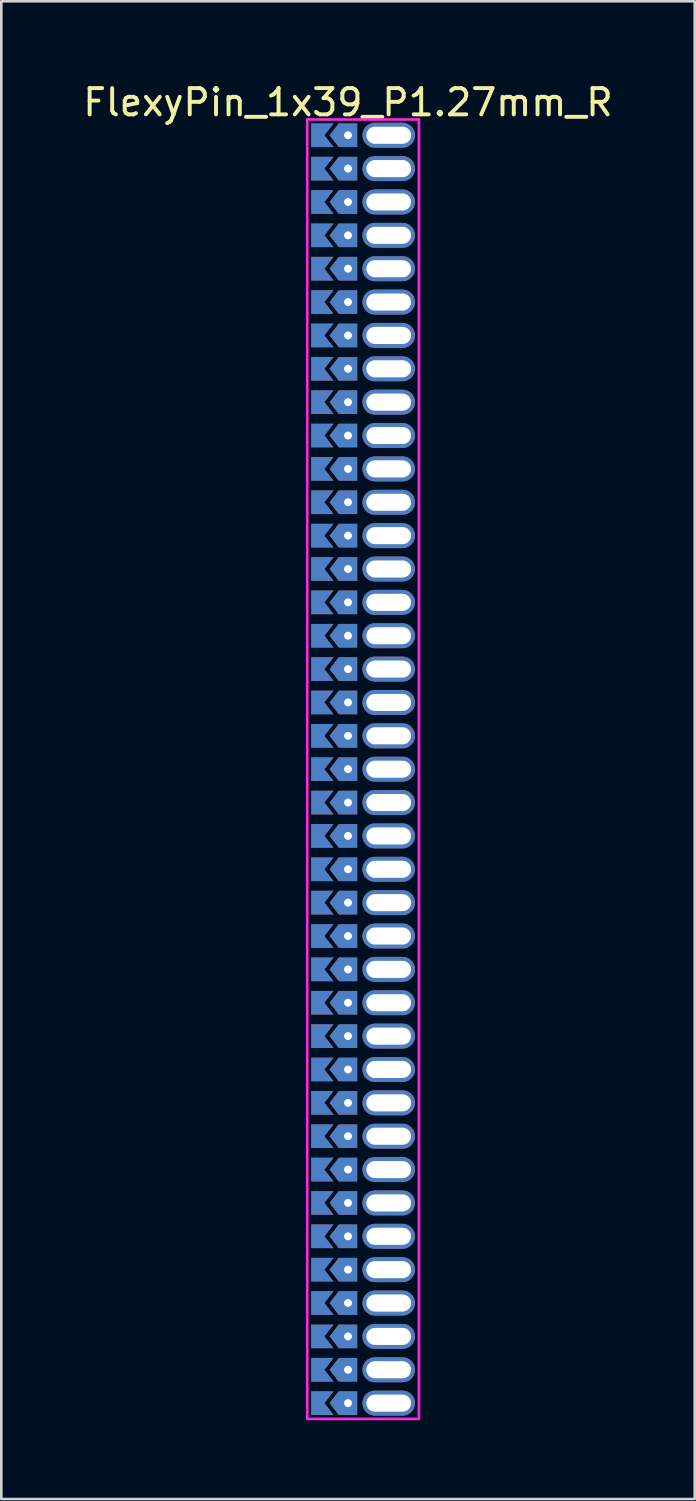
<source format=kicad_pcb>
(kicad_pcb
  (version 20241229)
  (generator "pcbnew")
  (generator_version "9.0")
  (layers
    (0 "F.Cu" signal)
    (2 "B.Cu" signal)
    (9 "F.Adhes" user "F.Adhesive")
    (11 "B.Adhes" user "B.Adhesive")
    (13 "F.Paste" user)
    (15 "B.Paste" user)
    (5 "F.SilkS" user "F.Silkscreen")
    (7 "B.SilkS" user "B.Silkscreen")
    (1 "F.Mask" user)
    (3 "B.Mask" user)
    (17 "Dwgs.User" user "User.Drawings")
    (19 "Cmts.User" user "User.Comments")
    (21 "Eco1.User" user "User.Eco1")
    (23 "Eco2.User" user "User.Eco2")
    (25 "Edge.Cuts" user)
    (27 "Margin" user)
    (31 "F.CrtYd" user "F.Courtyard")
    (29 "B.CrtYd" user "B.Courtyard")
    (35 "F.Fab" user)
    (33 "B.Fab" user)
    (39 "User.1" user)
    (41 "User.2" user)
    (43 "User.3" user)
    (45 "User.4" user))
  (footprint "FlexyPin_1x39_P1.27mm_R"
    (layer "F.Cu")
    (at 10.196 2.098)
    (property "Reference" "FlexyPin_1x39_P1.27mm_R" (at 0 -1.25 0) (layer "F.SilkS") (effects (font (size 1 1) (thickness 0.15))))
    (attr through_hole)
    (fp_line (start -1.55 -0.6) (end 2.7 -0.6) (stroke (width 0.1) (type solid)) (layer "F.CrtYd"))
    (fp_line (start -1.55 48.86) (end -1.55 -0.6) (stroke (width 0.1) (type solid)) (layer "F.CrtYd"))
    (fp_line (start 2.7 -0.6) (end 2.7 48.86) (stroke (width 0.1) (type solid)) (layer "F.CrtYd"))
    (fp_line (start 2.7 48.86) (end -1.55 48.86) (stroke (width 0.1) (type solid)) (layer "F.CrtYd"))
    (pad "" thru_hole custom (at 0 0) (size 0.3 0.3) (drill 0.6) (layers "*.Cu" "*.Mask") (options (anchor rect)) (primitives (gr_poly (pts (xy 0.35 0.45) (xy 0.35 -0.45) (xy -0.35 -0.45) (xy -0.7 0) (xy -0.35 0.45)) (width 0) (fill yes))))
    (pad "" thru_hole custom (at 0 1.27) (size 0.3 0.3) (drill 0.6) (layers "*.Cu" "*.Mask") (options (anchor rect)) (primitives (gr_poly (pts (xy 0.35 0.45) (xy 0.35 -0.45) (xy -0.35 -0.45) (xy -0.7 0) (xy -0.35 0.45)) (width 0) (fill yes))))
    (pad "" thru_hole custom (at 0 2.54) (size 0.3 0.3) (drill 0.6) (layers "*.Cu" "*.Mask") (options (anchor rect)) (primitives (gr_poly (pts (xy 0.35 0.45) (xy 0.35 -0.45) (xy -0.35 -0.45) (xy -0.7 0) (xy -0.35 0.45)) (width 0) (fill yes))))
    (pad "" thru_hole custom (at 0 3.81) (size 0.3 0.3) (drill 0.6) (layers "*.Cu" "*.Mask") (options (anchor rect)) (primitives (gr_poly (pts (xy 0.35 0.45) (xy 0.35 -0.45) (xy -0.35 -0.45) (xy -0.7 0) (xy -0.35 0.45)) (width 0) (fill yes))))
    (pad "" thru_hole custom (at 0 5.08) (size 0.3 0.3) (drill 0.6) (layers "*.Cu" "*.Mask") (options (anchor rect)) (primitives (gr_poly (pts (xy 0.35 0.45) (xy 0.35 -0.45) (xy -0.35 -0.45) (xy -0.7 0) (xy -0.35 0.45)) (width 0) (fill yes))))
    (pad "" thru_hole custom (at 0 6.35) (size 0.3 0.3) (drill 0.6) (layers "*.Cu" "*.Mask") (options (anchor rect)) (primitives (gr_poly (pts (xy 0.35 0.45) (xy 0.35 -0.45) (xy -0.35 -0.45) (xy -0.7 0) (xy -0.35 0.45)) (width 0) (fill yes))))
    (pad "" thru_hole custom (at 0 7.62) (size 0.3 0.3) (drill 0.6) (layers "*.Cu" "*.Mask") (options (anchor rect)) (primitives (gr_poly (pts (xy 0.35 0.45) (xy 0.35 -0.45) (xy -0.35 -0.45) (xy -0.7 0) (xy -0.35 0.45)) (width 0) (fill yes))))
    (pad "" thru_hole custom (at 0 8.89) (size 0.3 0.3) (drill 0.6) (layers "*.Cu" "*.Mask") (options (anchor rect)) (primitives (gr_poly (pts (xy 0.35 0.45) (xy 0.35 -0.45) (xy -0.35 -0.45) (xy -0.7 0) (xy -0.35 0.45)) (width 0) (fill yes))))
    (pad "" thru_hole custom (at 0 10.16) (size 0.3 0.3) (drill 0.6) (layers "*.Cu" "*.Mask") (options (anchor rect)) (primitives (gr_poly (pts (xy 0.35 0.45) (xy 0.35 -0.45) (xy -0.35 -0.45) (xy -0.7 0) (xy -0.35 0.45)) (width 0) (fill yes))))
    (pad "" thru_hole custom (at 0 11.43) (size 0.3 0.3) (drill 0.6) (layers "*.Cu" "*.Mask") (options (anchor rect)) (primitives (gr_poly (pts (xy 0.35 0.45) (xy 0.35 -0.45) (xy -0.35 -0.45) (xy -0.7 0) (xy -0.35 0.45)) (width 0) (fill yes))))
    (pad "" thru_hole custom (at 0 12.7) (size 0.3 0.3) (drill 0.6) (layers "*.Cu" "*.Mask") (options (anchor rect)) (primitives (gr_poly (pts (xy 0.35 0.45) (xy 0.35 -0.45) (xy -0.35 -0.45) (xy -0.7 0) (xy -0.35 0.45)) (width 0) (fill yes))))
    (pad "" thru_hole custom (at 0 13.97) (size 0.3 0.3) (drill 0.6) (layers "*.Cu" "*.Mask") (options (anchor rect)) (primitives (gr_poly (pts (xy 0.35 0.45) (xy 0.35 -0.45) (xy -0.35 -0.45) (xy -0.7 0) (xy -0.35 0.45)) (width 0) (fill yes))))
    (pad "" thru_hole custom (at 0 15.24) (size 0.3 0.3) (drill 0.6) (layers "*.Cu" "*.Mask") (options (anchor rect)) (primitives (gr_poly (pts (xy 0.35 0.45) (xy 0.35 -0.45) (xy -0.35 -0.45) (xy -0.7 0) (xy -0.35 0.45)) (width 0) (fill yes))))
    (pad "" thru_hole custom (at 0 16.51) (size 0.3 0.3) (drill 0.6) (layers "*.Cu" "*.Mask") (options (anchor rect)) (primitives (gr_poly (pts (xy 0.35 0.45) (xy 0.35 -0.45) (xy -0.35 -0.45) (xy -0.7 0) (xy -0.35 0.45)) (width 0) (fill yes))))
    (pad "" thru_hole custom (at 0 17.78) (size 0.3 0.3) (drill 0.6) (layers "*.Cu" "*.Mask") (options (anchor rect)) (primitives (gr_poly (pts (xy 0.35 0.45) (xy 0.35 -0.45) (xy -0.35 -0.45) (xy -0.7 0) (xy -0.35 0.45)) (width 0) (fill yes))))
    (pad "" thru_hole custom (at 0 19.05) (size 0.3 0.3) (drill 0.6) (layers "*.Cu" "*.Mask") (options (anchor rect)) (primitives (gr_poly (pts (xy 0.35 0.45) (xy 0.35 -0.45) (xy -0.35 -0.45) (xy -0.7 0) (xy -0.35 0.45)) (width 0) (fill yes))))
    (pad "" thru_hole custom (at 0 20.32) (size 0.3 0.3) (drill 0.6) (layers "*.Cu" "*.Mask") (options (anchor rect)) (primitives (gr_poly (pts (xy 0.35 0.45) (xy 0.35 -0.45) (xy -0.35 -0.45) (xy -0.7 0) (xy -0.35 0.45)) (width 0) (fill yes))))
    (pad "" thru_hole custom (at 0 21.59) (size 0.3 0.3) (drill 0.6) (layers "*.Cu" "*.Mask") (options (anchor rect)) (primitives (gr_poly (pts (xy 0.35 0.45) (xy 0.35 -0.45) (xy -0.35 -0.45) (xy -0.7 0) (xy -0.35 0.45)) (width 0) (fill yes))))
    (pad "" thru_hole custom (at 0 22.86) (size 0.3 0.3) (drill 0.6) (layers "*.Cu" "*.Mask") (options (anchor rect)) (primitives (gr_poly (pts (xy 0.35 0.45) (xy 0.35 -0.45) (xy -0.35 -0.45) (xy -0.7 0) (xy -0.35 0.45)) (width 0) (fill yes))))
    (pad "" thru_hole custom (at 0 24.13) (size 0.3 0.3) (drill 0.6) (layers "*.Cu" "*.Mask") (options (anchor rect)) (primitives (gr_poly (pts (xy 0.35 0.45) (xy 0.35 -0.45) (xy -0.35 -0.45) (xy -0.7 0) (xy -0.35 0.45)) (width 0) (fill yes))))
    (pad "" thru_hole custom (at 0 25.4) (size 0.3 0.3) (drill 0.6) (layers "*.Cu" "*.Mask") (options (anchor rect)) (primitives (gr_poly (pts (xy 0.35 0.45) (xy 0.35 -0.45) (xy -0.35 -0.45) (xy -0.7 0) (xy -0.35 0.45)) (width 0) (fill yes))))
    (pad "" thru_hole custom (at 0 26.67) (size 0.3 0.3) (drill 0.6) (layers "*.Cu" "*.Mask") (options (anchor rect)) (primitives (gr_poly (pts (xy 0.35 0.45) (xy 0.35 -0.45) (xy -0.35 -0.45) (xy -0.7 0) (xy -0.35 0.45)) (width 0) (fill yes))))
    (pad "" thru_hole custom (at 0 27.94) (size 0.3 0.3) (drill 0.6) (layers "*.Cu" "*.Mask") (options (anchor rect)) (primitives (gr_poly (pts (xy 0.35 0.45) (xy 0.35 -0.45) (xy -0.35 -0.45) (xy -0.7 0) (xy -0.35 0.45)) (width 0) (fill yes))))
    (pad "" thru_hole custom (at 0 29.21) (size 0.3 0.3) (drill 0.6) (layers "*.Cu" "*.Mask") (options (anchor rect)) (primitives (gr_poly (pts (xy 0.35 0.45) (xy 0.35 -0.45) (xy -0.35 -0.45) (xy -0.7 0) (xy -0.35 0.45)) (width 0) (fill yes))))
    (pad "" thru_hole custom (at 0 30.48) (size 0.3 0.3) (drill 0.6) (layers "*.Cu" "*.Mask") (options (anchor rect)) (primitives (gr_poly (pts (xy 0.35 0.45) (xy 0.35 -0.45) (xy -0.35 -0.45) (xy -0.7 0) (xy -0.35 0.45)) (width 0) (fill yes))))
    (pad "" thru_hole custom (at 0 31.75) (size 0.3 0.3) (drill 0.6) (layers "*.Cu" "*.Mask") (options (anchor rect)) (primitives (gr_poly (pts (xy 0.35 0.45) (xy 0.35 -0.45) (xy -0.35 -0.45) (xy -0.7 0) (xy -0.35 0.45)) (width 0) (fill yes))))
    (pad "" thru_hole custom (at 0 33.02) (size 0.3 0.3) (drill 0.6) (layers "*.Cu" "*.Mask") (options (anchor rect)) (primitives (gr_poly (pts (xy 0.35 0.45) (xy 0.35 -0.45) (xy -0.35 -0.45) (xy -0.7 0) (xy -0.35 0.45)) (width 0) (fill yes))))
    (pad "" thru_hole custom (at 0 34.29) (size 0.3 0.3) (drill 0.6) (layers "*.Cu" "*.Mask") (options (anchor rect)) (primitives (gr_poly (pts (xy 0.35 0.45) (xy 0.35 -0.45) (xy -0.35 -0.45) (xy -0.7 0) (xy -0.35 0.45)) (width 0) (fill yes))))
    (pad "" thru_hole custom (at 0 35.56) (size 0.3 0.3) (drill 0.6) (layers "*.Cu" "*.Mask") (options (anchor rect)) (primitives (gr_poly (pts (xy 0.35 0.45) (xy 0.35 -0.45) (xy -0.35 -0.45) (xy -0.7 0) (xy -0.35 0.45)) (width 0) (fill yes))))
    (pad "" thru_hole custom (at 0 36.83) (size 0.3 0.3) (drill 0.6) (layers "*.Cu" "*.Mask") (options (anchor rect)) (primitives (gr_poly (pts (xy 0.35 0.45) (xy 0.35 -0.45) (xy -0.35 -0.45) (xy -0.7 0) (xy -0.35 0.45)) (width 0) (fill yes))))
    (pad "" thru_hole custom (at 0 38.1) (size 0.3 0.3) (drill 0.6) (layers "*.Cu" "*.Mask") (options (anchor rect)) (primitives (gr_poly (pts (xy 0.35 0.45) (xy 0.35 -0.45) (xy -0.35 -0.45) (xy -0.7 0) (xy -0.35 0.45)) (width 0) (fill yes))))
    (pad "" thru_hole custom (at 0 39.37) (size 0.3 0.3) (drill 0.6) (layers "*.Cu" "*.Mask") (options (anchor rect)) (primitives (gr_poly (pts (xy 0.35 0.45) (xy 0.35 -0.45) (xy -0.35 -0.45) (xy -0.7 0) (xy -0.35 0.45)) (width 0) (fill yes))))
    (pad "" thru_hole custom (at 0 40.64) (size 0.3 0.3) (drill 0.6) (layers "*.Cu" "*.Mask") (options (anchor rect)) (primitives (gr_poly (pts (xy 0.35 0.45) (xy 0.35 -0.45) (xy -0.35 -0.45) (xy -0.7 0) (xy -0.35 0.45)) (width 0) (fill yes))))
    (pad "" thru_hole custom (at 0 41.91) (size 0.3 0.3) (drill 0.6) (layers "*.Cu" "*.Mask") (options (anchor rect)) (primitives (gr_poly (pts (xy 0.35 0.45) (xy 0.35 -0.45) (xy -0.35 -0.45) (xy -0.7 0) (xy -0.35 0.45)) (width 0) (fill yes))))
    (pad "" thru_hole custom (at 0 43.18) (size 0.3 0.3) (drill 0.6) (layers "*.Cu" "*.Mask") (options (anchor rect)) (primitives (gr_poly (pts (xy 0.35 0.45) (xy 0.35 -0.45) (xy -0.35 -0.45) (xy -0.7 0) (xy -0.35 0.45)) (width 0) (fill yes))))
    (pad "" thru_hole custom (at 0 44.45) (size 0.3 0.3) (drill 0.6) (layers "*.Cu" "*.Mask") (options (anchor rect)) (primitives (gr_poly (pts (xy 0.35 0.45) (xy 0.35 -0.45) (xy -0.35 -0.45) (xy -0.7 0) (xy -0.35 0.45)) (width 0) (fill yes))))
    (pad "" thru_hole custom (at 0 45.72) (size 0.3 0.3) (drill 0.6) (layers "*.Cu" "*.Mask") (options (anchor rect)) (primitives (gr_poly (pts (xy 0.35 0.45) (xy 0.35 -0.45) (xy -0.35 -0.45) (xy -0.7 0) (xy -0.35 0.45)) (width 0) (fill yes))))
    (pad "" thru_hole custom (at 0 46.99) (size 0.3 0.3) (drill 0.6) (layers "*.Cu" "*.Mask") (options (anchor rect)) (primitives (gr_poly (pts (xy 0.35 0.45) (xy 0.35 -0.45) (xy -0.35 -0.45) (xy -0.7 0) (xy -0.35 0.45)) (width 0) (fill yes))))
    (pad "" thru_hole custom (at 0 48.26) (size 0.3 0.3) (drill 0.6) (layers "*.Cu" "*.Mask") (options (anchor rect)) (primitives (gr_poly (pts (xy 0.35 0.45) (xy 0.35 -0.45) (xy -0.35 -0.45) (xy -0.7 0) (xy -0.35 0.45)) (width 0) (fill yes))))
    (pad "" thru_hole oval (at 1.55 0) (size 2 0.95) (drill oval 1.7 0.65) (layers "*.Cu" "*.Mask"))
    (pad "" thru_hole oval (at 1.55 1.27) (size 2 0.95) (drill oval 1.7 0.65) (layers "*.Cu" "*.Mask"))
    (pad "" thru_hole oval (at 1.55 2.54) (size 2 0.95) (drill oval 1.7 0.65) (layers "*.Cu" "*.Mask"))
    (pad "" thru_hole oval (at 1.55 3.81) (size 2 0.95) (drill oval 1.7 0.65) (layers "*.Cu" "*.Mask"))
    (pad "" thru_hole oval (at 1.55 5.08) (size 2 0.95) (drill oval 1.7 0.65) (layers "*.Cu" "*.Mask"))
    (pad "" thru_hole oval (at 1.55 6.35) (size 2 0.95) (drill oval 1.7 0.65) (layers "*.Cu" "*.Mask"))
    (pad "" thru_hole oval (at 1.55 7.62) (size 2 0.95) (drill oval 1.7 0.65) (layers "*.Cu" "*.Mask"))
    (pad "" thru_hole oval (at 1.55 8.89) (size 2 0.95) (drill oval 1.7 0.65) (layers "*.Cu" "*.Mask"))
    (pad "" thru_hole oval (at 1.55 10.16) (size 2 0.95) (drill oval 1.7 0.65) (layers "*.Cu" "*.Mask"))
    (pad "" thru_hole oval (at 1.55 11.43) (size 2 0.95) (drill oval 1.7 0.65) (layers "*.Cu" "*.Mask"))
    (pad "" thru_hole oval (at 1.55 12.7) (size 2 0.95) (drill oval 1.7 0.65) (layers "*.Cu" "*.Mask"))
    (pad "" thru_hole oval (at 1.55 13.97) (size 2 0.95) (drill oval 1.7 0.65) (layers "*.Cu" "*.Mask"))
    (pad "" thru_hole oval (at 1.55 15.24) (size 2 0.95) (drill oval 1.7 0.65) (layers "*.Cu" "*.Mask"))
    (pad "" thru_hole oval (at 1.55 16.51) (size 2 0.95) (drill oval 1.7 0.65) (layers "*.Cu" "*.Mask"))
    (pad "" thru_hole oval (at 1.55 17.78) (size 2 0.95) (drill oval 1.7 0.65) (layers "*.Cu" "*.Mask"))
    (pad "" thru_hole oval (at 1.55 19.05) (size 2 0.95) (drill oval 1.7 0.65) (layers "*.Cu" "*.Mask"))
    (pad "" thru_hole oval (at 1.55 20.32) (size 2 0.95) (drill oval 1.7 0.65) (layers "*.Cu" "*.Mask"))
    (pad "" thru_hole oval (at 1.55 21.59) (size 2 0.95) (drill oval 1.7 0.65) (layers "*.Cu" "*.Mask"))
    (pad "" thru_hole oval (at 1.55 22.86) (size 2 0.95) (drill oval 1.7 0.65) (layers "*.Cu" "*.Mask"))
    (pad "" thru_hole oval (at 1.55 24.13) (size 2 0.95) (drill oval 1.7 0.65) (layers "*.Cu" "*.Mask"))
    (pad "" thru_hole oval (at 1.55 25.4) (size 2 0.95) (drill oval 1.7 0.65) (layers "*.Cu" "*.Mask"))
    (pad "" thru_hole oval (at 1.55 26.67) (size 2 0.95) (drill oval 1.7 0.65) (layers "*.Cu" "*.Mask"))
    (pad "" thru_hole oval (at 1.55 27.94) (size 2 0.95) (drill oval 1.7 0.65) (layers "*.Cu" "*.Mask"))
    (pad "" thru_hole oval (at 1.55 29.21) (size 2 0.95) (drill oval 1.7 0.65) (layers "*.Cu" "*.Mask"))
    (pad "" thru_hole oval (at 1.55 30.48) (size 2 0.95) (drill oval 1.7 0.65) (layers "*.Cu" "*.Mask"))
    (pad "" thru_hole oval (at 1.55 31.75) (size 2 0.95) (drill oval 1.7 0.65) (layers "*.Cu" "*.Mask"))
    (pad "" thru_hole oval (at 1.55 33.02) (size 2 0.95) (drill oval 1.7 0.65) (layers "*.Cu" "*.Mask"))
    (pad "" thru_hole oval (at 1.55 34.29) (size 2 0.95) (drill oval 1.7 0.65) (layers "*.Cu" "*.Mask"))
    (pad "" thru_hole oval (at 1.55 35.56) (size 2 0.95) (drill oval 1.7 0.65) (layers "*.Cu" "*.Mask"))
    (pad "" thru_hole oval (at 1.55 36.83) (size 2 0.95) (drill oval 1.7 0.65) (layers "*.Cu" "*.Mask"))
    (pad "" thru_hole oval (at 1.55 38.1) (size 2 0.95) (drill oval 1.7 0.65) (layers "*.Cu" "*.Mask"))
    (pad "" thru_hole oval (at 1.55 39.37) (size 2 0.95) (drill oval 1.7 0.65) (layers "*.Cu" "*.Mask"))
    (pad "" thru_hole oval (at 1.55 40.64) (size 2 0.95) (drill oval 1.7 0.65) (layers "*.Cu" "*.Mask"))
    (pad "" thru_hole oval (at 1.55 41.91) (size 2 0.95) (drill oval 1.7 0.65) (layers "*.Cu" "*.Mask"))
    (pad "" thru_hole oval (at 1.55 43.18) (size 2 0.95) (drill oval 1.7 0.65) (layers "*.Cu" "*.Mask"))
    (pad "" thru_hole oval (at 1.55 44.45) (size 2 0.95) (drill oval 1.7 0.65) (layers "*.Cu" "*.Mask"))
    (pad "" thru_hole oval (at 1.55 45.72) (size 2 0.95) (drill oval 1.7 0.65) (layers "*.Cu" "*.Mask"))
    (pad "" thru_hole oval (at 1.55 46.99) (size 2 0.95) (drill oval 1.7 0.65) (layers "*.Cu" "*.Mask"))
    (pad "" thru_hole oval (at 1.55 48.26) (size 2 0.95) (drill oval 1.7 0.65) (layers "*.Cu" "*.Mask"))
    (pad "1" smd custom (at -0.9 0) (size 0.01 0.01) (layers "F.Cu" "F.Mask") (options (anchor rect)) (primitives (gr_poly (pts (xy 0 0) (xy 0.35 0.45) (xy -0.5 0.45) (xy -0.5 -0.45) (xy 0.35 -0.45)) (width 0) (fill yes))))
    (pad "2" smd custom (at -0.9 1.27) (size 0.01 0.01) (layers "F.Cu" "F.Mask") (options (anchor rect)) (primitives (gr_poly (pts (xy 0 0) (xy 0.35 0.45) (xy -0.5 0.45) (xy -0.5 -0.45) (xy 0.35 -0.45)) (width 0) (fill yes))))
    (pad "3" smd custom (at -0.9 2.54) (size 0.01 0.01) (layers "F.Cu" "F.Mask") (options (anchor rect)) (primitives (gr_poly (pts (xy 0 0) (xy 0.35 0.45) (xy -0.5 0.45) (xy -0.5 -0.45) (xy 0.35 -0.45)) (width 0) (fill yes))))
    (pad "4" smd custom (at -0.9 3.81) (size 0.01 0.01) (layers "F.Cu" "F.Mask") (options (anchor rect)) (primitives (gr_poly (pts (xy 0 0) (xy 0.35 0.45) (xy -0.5 0.45) (xy -0.5 -0.45) (xy 0.35 -0.45)) (width 0) (fill yes))))
    (pad "5" smd custom (at -0.9 5.08) (size 0.01 0.01) (layers "F.Cu" "F.Mask") (options (anchor rect)) (primitives (gr_poly (pts (xy 0 0) (xy 0.35 0.45) (xy -0.5 0.45) (xy -0.5 -0.45) (xy 0.35 -0.45)) (width 0) (fill yes))))
    (pad "6" smd custom (at -0.9 6.35) (size 0.01 0.01) (layers "F.Cu" "F.Mask") (options (anchor rect)) (primitives (gr_poly (pts (xy 0 0) (xy 0.35 0.45) (xy -0.5 0.45) (xy -0.5 -0.45) (xy 0.35 -0.45)) (width 0) (fill yes))))
    (pad "7" smd custom (at -0.9 7.62) (size 0.01 0.01) (layers "F.Cu" "F.Mask") (options (anchor rect)) (primitives (gr_poly (pts (xy 0 0) (xy 0.35 0.45) (xy -0.5 0.45) (xy -0.5 -0.45) (xy 0.35 -0.45)) (width 0) (fill yes))))
    (pad "8" smd custom (at -0.9 8.89) (size 0.01 0.01) (layers "F.Cu" "F.Mask") (options (anchor rect)) (primitives (gr_poly (pts (xy 0 0) (xy 0.35 0.45) (xy -0.5 0.45) (xy -0.5 -0.45) (xy 0.35 -0.45)) (width 0) (fill yes))))
    (pad "9" smd custom (at -0.9 10.16) (size 0.01 0.01) (layers "F.Cu" "F.Mask") (options (anchor rect)) (primitives (gr_poly (pts (xy 0 0) (xy 0.35 0.45) (xy -0.5 0.45) (xy -0.5 -0.45) (xy 0.35 -0.45)) (width 0) (fill yes))))
    (pad "10" smd custom (at -0.9 11.43) (size 0.01 0.01) (layers "F.Cu" "F.Mask") (options (anchor rect)) (primitives (gr_poly (pts (xy 0 0) (xy 0.35 0.45) (xy -0.5 0.45) (xy -0.5 -0.45) (xy 0.35 -0.45)) (width 0) (fill yes))))
    (pad "11" smd custom (at -0.9 12.7) (size 0.01 0.01) (layers "F.Cu" "F.Mask") (options (anchor rect)) (primitives (gr_poly (pts (xy 0 0) (xy 0.35 0.45) (xy -0.5 0.45) (xy -0.5 -0.45) (xy 0.35 -0.45)) (width 0) (fill yes))))
    (pad "12" smd custom (at -0.9 13.97) (size 0.01 0.01) (layers "F.Cu" "F.Mask") (options (anchor rect)) (primitives (gr_poly (pts (xy 0 0) (xy 0.35 0.45) (xy -0.5 0.45) (xy -0.5 -0.45) (xy 0.35 -0.45)) (width 0) (fill yes))))
    (pad "13" smd custom (at -0.9 15.24) (size 0.01 0.01) (layers "F.Cu" "F.Mask") (options (anchor rect)) (primitives (gr_poly (pts (xy 0 0) (xy 0.35 0.45) (xy -0.5 0.45) (xy -0.5 -0.45) (xy 0.35 -0.45)) (width 0) (fill yes))))
    (pad "14" smd custom (at -0.9 16.51) (size 0.01 0.01) (layers "F.Cu" "F.Mask") (options (anchor rect)) (primitives (gr_poly (pts (xy 0 0) (xy 0.35 0.45) (xy -0.5 0.45) (xy -0.5 -0.45) (xy 0.35 -0.45)) (width 0) (fill yes))))
    (pad "15" smd custom (at -0.9 17.78) (size 0.01 0.01) (layers "F.Cu" "F.Mask") (options (anchor rect)) (primitives (gr_poly (pts (xy 0 0) (xy 0.35 0.45) (xy -0.5 0.45) (xy -0.5 -0.45) (xy 0.35 -0.45)) (width 0) (fill yes))))
    (pad "16" smd custom (at -0.9 19.05) (size 0.01 0.01) (layers "F.Cu" "F.Mask") (options (anchor rect)) (primitives (gr_poly (pts (xy 0 0) (xy 0.35 0.45) (xy -0.5 0.45) (xy -0.5 -0.45) (xy 0.35 -0.45)) (width 0) (fill yes))))
    (pad "17" smd custom (at -0.9 20.32) (size 0.01 0.01) (layers "F.Cu" "F.Mask") (options (anchor rect)) (primitives (gr_poly (pts (xy 0 0) (xy 0.35 0.45) (xy -0.5 0.45) (xy -0.5 -0.45) (xy 0.35 -0.45)) (width 0) (fill yes))))
    (pad "18" smd custom (at -0.9 21.59) (size 0.01 0.01) (layers "F.Cu" "F.Mask") (options (anchor rect)) (primitives (gr_poly (pts (xy 0 0) (xy 0.35 0.45) (xy -0.5 0.45) (xy -0.5 -0.45) (xy 0.35 -0.45)) (width 0) (fill yes))))
    (pad "19" smd custom (at -0.9 22.86) (size 0.01 0.01) (layers "F.Cu" "F.Mask") (options (anchor rect)) (primitives (gr_poly (pts (xy 0 0) (xy 0.35 0.45) (xy -0.5 0.45) (xy -0.5 -0.45) (xy 0.35 -0.45)) (width 0) (fill yes))))
    (pad "20" smd custom (at -0.9 24.13) (size 0.01 0.01) (layers "F.Cu" "F.Mask") (options (anchor rect)) (primitives (gr_poly (pts (xy 0 0) (xy 0.35 0.45) (xy -0.5 0.45) (xy -0.5 -0.45) (xy 0.35 -0.45)) (width 0) (fill yes))))
    (pad "21" smd custom (at -0.9 25.4) (size 0.01 0.01) (layers "F.Cu" "F.Mask") (options (anchor rect)) (primitives (gr_poly (pts (xy 0 0) (xy 0.35 0.45) (xy -0.5 0.45) (xy -0.5 -0.45) (xy 0.35 -0.45)) (width 0) (fill yes))))
    (pad "22" smd custom (at -0.9 26.67) (size 0.01 0.01) (layers "F.Cu" "F.Mask") (options (anchor rect)) (primitives (gr_poly (pts (xy 0 0) (xy 0.35 0.45) (xy -0.5 0.45) (xy -0.5 -0.45) (xy 0.35 -0.45)) (width 0) (fill yes))))
    (pad "23" smd custom (at -0.9 27.94) (size 0.01 0.01) (layers "F.Cu" "F.Mask") (options (anchor rect)) (primitives (gr_poly (pts (xy 0 0) (xy 0.35 0.45) (xy -0.5 0.45) (xy -0.5 -0.45) (xy 0.35 -0.45)) (width 0) (fill yes))))
    (pad "24" smd custom (at -0.9 29.21) (size 0.01 0.01) (layers "F.Cu" "F.Mask") (options (anchor rect)) (primitives (gr_poly (pts (xy 0 0) (xy 0.35 0.45) (xy -0.5 0.45) (xy -0.5 -0.45) (xy 0.35 -0.45)) (width 0) (fill yes))))
    (pad "25" smd custom (at -0.9 30.48) (size 0.01 0.01) (layers "F.Cu" "F.Mask") (options (anchor rect)) (primitives (gr_poly (pts (xy 0 0) (xy 0.35 0.45) (xy -0.5 0.45) (xy -0.5 -0.45) (xy 0.35 -0.45)) (width 0) (fill yes))))
    (pad "26" smd custom (at -0.9 31.75) (size 0.01 0.01) (layers "F.Cu" "F.Mask") (options (anchor rect)) (primitives (gr_poly (pts (xy 0 0) (xy 0.35 0.45) (xy -0.5 0.45) (xy -0.5 -0.45) (xy 0.35 -0.45)) (width 0) (fill yes))))
    (pad "27" smd custom (at -0.9 33.02) (size 0.01 0.01) (layers "F.Cu" "F.Mask") (options (anchor rect)) (primitives (gr_poly (pts (xy 0 0) (xy 0.35 0.45) (xy -0.5 0.45) (xy -0.5 -0.45) (xy 0.35 -0.45)) (width 0) (fill yes))))
    (pad "28" smd custom (at -0.9 34.29) (size 0.01 0.01) (layers "F.Cu" "F.Mask") (options (anchor rect)) (primitives (gr_poly (pts (xy 0 0) (xy 0.35 0.45) (xy -0.5 0.45) (xy -0.5 -0.45) (xy 0.35 -0.45)) (width 0) (fill yes))))
    (pad "29" smd custom (at -0.9 35.56) (size 0.01 0.01) (layers "F.Cu" "F.Mask") (options (anchor rect)) (primitives (gr_poly (pts (xy 0 0) (xy 0.35 0.45) (xy -0.5 0.45) (xy -0.5 -0.45) (xy 0.35 -0.45)) (width 0) (fill yes))))
    (pad "30" smd custom (at -0.9 36.83) (size 0.01 0.01) (layers "F.Cu" "F.Mask") (options (anchor rect)) (primitives (gr_poly (pts (xy 0 0) (xy 0.35 0.45) (xy -0.5 0.45) (xy -0.5 -0.45) (xy 0.35 -0.45)) (width 0) (fill yes))))
    (pad "31" smd custom (at -0.9 38.1) (size 0.01 0.01) (layers "F.Cu" "F.Mask") (options (anchor rect)) (primitives (gr_poly (pts (xy 0 0) (xy 0.35 0.45) (xy -0.5 0.45) (xy -0.5 -0.45) (xy 0.35 -0.45)) (width 0) (fill yes))))
    (pad "32" smd custom (at -0.9 39.37) (size 0.01 0.01) (layers "F.Cu" "F.Mask") (options (anchor rect)) (primitives (gr_poly (pts (xy 0 0) (xy 0.35 0.45) (xy -0.5 0.45) (xy -0.5 -0.45) (xy 0.35 -0.45)) (width 0) (fill yes))))
    (pad "33" smd custom (at -0.9 40.64) (size 0.01 0.01) (layers "F.Cu" "F.Mask") (options (anchor rect)) (primitives (gr_poly (pts (xy 0 0) (xy 0.35 0.45) (xy -0.5 0.45) (xy -0.5 -0.45) (xy 0.35 -0.45)) (width 0) (fill yes))))
    (pad "34" smd custom (at -0.9 41.91) (size 0.01 0.01) (layers "F.Cu" "F.Mask") (options (anchor rect)) (primitives (gr_poly (pts (xy 0 0) (xy 0.35 0.45) (xy -0.5 0.45) (xy -0.5 -0.45) (xy 0.35 -0.45)) (width 0) (fill yes))))
    (pad "35" smd custom (at -0.9 43.18) (size 0.01 0.01) (layers "F.Cu" "F.Mask") (options (anchor rect)) (primitives (gr_poly (pts (xy 0 0) (xy 0.35 0.45) (xy -0.5 0.45) (xy -0.5 -0.45) (xy 0.35 -0.45)) (width 0) (fill yes))))
    (pad "36" smd custom (at -0.9 44.45) (size 0.01 0.01) (layers "F.Cu" "F.Mask") (options (anchor rect)) (primitives (gr_poly (pts (xy 0 0) (xy 0.35 0.45) (xy -0.5 0.45) (xy -0.5 -0.45) (xy 0.35 -0.45)) (width 0) (fill yes))))
    (pad "37" smd custom (at -0.9 45.72) (size 0.01 0.01) (layers "F.Cu" "F.Mask") (options (anchor rect)) (primitives (gr_poly (pts (xy 0 0) (xy 0.35 0.45) (xy -0.5 0.45) (xy -0.5 -0.45) (xy 0.35 -0.45)) (width 0) (fill yes))))
    (pad "38" smd custom (at -0.9 46.99) (size 0.01 0.01) (layers "F.Cu" "F.Mask") (options (anchor rect)) (primitives (gr_poly (pts (xy 0 0) (xy 0.35 0.45) (xy -0.5 0.45) (xy -0.5 -0.45) (xy 0.35 -0.45)) (width 0) (fill yes))))
    (pad "39" smd custom (at -0.9 48.26) (size 0.01 0.01) (layers "F.Cu" "F.Mask") (options (anchor rect)) (primitives (gr_poly (pts (xy 0 0) (xy 0.35 0.45) (xy -0.5 0.45) (xy -0.5 -0.45) (xy 0.35 -0.45)) (width 0) (fill yes))))
    (pad "40" smd custom (at -0.9 0) (size 0.01 0.01) (layers "B.Cu" "B.Mask") (options (anchor rect)) (primitives (gr_poly (pts (xy 0 0) (xy 0.35 0.45) (xy -0.5 0.45) (xy -0.5 -0.45) (xy 0.35 -0.45)) (width 0) (fill yes))))
    (pad "41" smd custom (at -0.9 1.27) (size 0.01 0.01) (layers "B.Cu" "B.Mask") (options (anchor rect)) (primitives (gr_poly (pts (xy 0 0) (xy 0.35 0.45) (xy -0.5 0.45) (xy -0.5 -0.45) (xy 0.35 -0.45)) (width 0) (fill yes))))
    (pad "42" smd custom (at -0.9 2.54) (size 0.01 0.01) (layers "B.Cu" "B.Mask") (options (anchor rect)) (primitives (gr_poly (pts (xy 0 0) (xy 0.35 0.45) (xy -0.5 0.45) (xy -0.5 -0.45) (xy 0.35 -0.45)) (width 0) (fill yes))))
    (pad "43" smd custom (at -0.9 3.81) (size 0.01 0.01) (layers "B.Cu" "B.Mask") (options (anchor rect)) (primitives (gr_poly (pts (xy 0 0) (xy 0.35 0.45) (xy -0.5 0.45) (xy -0.5 -0.45) (xy 0.35 -0.45)) (width 0) (fill yes))))
    (pad "44" smd custom (at -0.9 5.08) (size 0.01 0.01) (layers "B.Cu" "B.Mask") (options (anchor rect)) (primitives (gr_poly (pts (xy 0 0) (xy 0.35 0.45) (xy -0.5 0.45) (xy -0.5 -0.45) (xy 0.35 -0.45)) (width 0) (fill yes))))
    (pad "45" smd custom (at -0.9 6.35) (size 0.01 0.01) (layers "B.Cu" "B.Mask") (options (anchor rect)) (primitives (gr_poly (pts (xy 0 0) (xy 0.35 0.45) (xy -0.5 0.45) (xy -0.5 -0.45) (xy 0.35 -0.45)) (width 0) (fill yes))))
    (pad "46" smd custom (at -0.9 7.62) (size 0.01 0.01) (layers "B.Cu" "B.Mask") (options (anchor rect)) (primitives (gr_poly (pts (xy 0 0) (xy 0.35 0.45) (xy -0.5 0.45) (xy -0.5 -0.45) (xy 0.35 -0.45)) (width 0) (fill yes))))
    (pad "47" smd custom (at -0.9 8.89) (size 0.01 0.01) (layers "B.Cu" "B.Mask") (options (anchor rect)) (primitives (gr_poly (pts (xy 0 0) (xy 0.35 0.45) (xy -0.5 0.45) (xy -0.5 -0.45) (xy 0.35 -0.45)) (width 0) (fill yes))))
    (pad "48" smd custom (at -0.9 10.16) (size 0.01 0.01) (layers "B.Cu" "B.Mask") (options (anchor rect)) (primitives (gr_poly (pts (xy 0 0) (xy 0.35 0.45) (xy -0.5 0.45) (xy -0.5 -0.45) (xy 0.35 -0.45)) (width 0) (fill yes))))
    (pad "49" smd custom (at -0.9 11.43) (size 0.01 0.01) (layers "B.Cu" "B.Mask") (options (anchor rect)) (primitives (gr_poly (pts (xy 0 0) (xy 0.35 0.45) (xy -0.5 0.45) (xy -0.5 -0.45) (xy 0.35 -0.45)) (width 0) (fill yes))))
    (pad "50" smd custom (at -0.9 12.7) (size 0.01 0.01) (layers "B.Cu" "B.Mask") (options (anchor rect)) (primitives (gr_poly (pts (xy 0 0) (xy 0.35 0.45) (xy -0.5 0.45) (xy -0.5 -0.45) (xy 0.35 -0.45)) (width 0) (fill yes))))
    (pad "51" smd custom (at -0.9 13.97) (size 0.01 0.01) (layers "B.Cu" "B.Mask") (options (anchor rect)) (primitives (gr_poly (pts (xy 0 0) (xy 0.35 0.45) (xy -0.5 0.45) (xy -0.5 -0.45) (xy 0.35 -0.45)) (width 0) (fill yes))))
    (pad "52" smd custom (at -0.9 15.24) (size 0.01 0.01) (layers "B.Cu" "B.Mask") (options (anchor rect)) (primitives (gr_poly (pts (xy 0 0) (xy 0.35 0.45) (xy -0.5 0.45) (xy -0.5 -0.45) (xy 0.35 -0.45)) (width 0) (fill yes))))
    (pad "53" smd custom (at -0.9 16.51) (size 0.01 0.01) (layers "B.Cu" "B.Mask") (options (anchor rect)) (primitives (gr_poly (pts (xy 0 0) (xy 0.35 0.45) (xy -0.5 0.45) (xy -0.5 -0.45) (xy 0.35 -0.45)) (width 0) (fill yes))))
    (pad "54" smd custom (at -0.9 17.78) (size 0.01 0.01) (layers "B.Cu" "B.Mask") (options (anchor rect)) (primitives (gr_poly (pts (xy 0 0) (xy 0.35 0.45) (xy -0.5 0.45) (xy -0.5 -0.45) (xy 0.35 -0.45)) (width 0) (fill yes))))
    (pad "55" smd custom (at -0.9 19.05) (size 0.01 0.01) (layers "B.Cu" "B.Mask") (options (anchor rect)) (primitives (gr_poly (pts (xy 0 0) (xy 0.35 0.45) (xy -0.5 0.45) (xy -0.5 -0.45) (xy 0.35 -0.45)) (width 0) (fill yes))))
    (pad "56" smd custom (at -0.9 20.32) (size 0.01 0.01) (layers "B.Cu" "B.Mask") (options (anchor rect)) (primitives (gr_poly (pts (xy 0 0) (xy 0.35 0.45) (xy -0.5 0.45) (xy -0.5 -0.45) (xy 0.35 -0.45)) (width 0) (fill yes))))
    (pad "57" smd custom (at -0.9 21.59) (size 0.01 0.01) (layers "B.Cu" "B.Mask") (options (anchor rect)) (primitives (gr_poly (pts (xy 0 0) (xy 0.35 0.45) (xy -0.5 0.45) (xy -0.5 -0.45) (xy 0.35 -0.45)) (width 0) (fill yes))))
    (pad "58" smd custom (at -0.9 22.86) (size 0.01 0.01) (layers "B.Cu" "B.Mask") (options (anchor rect)) (primitives (gr_poly (pts (xy 0 0) (xy 0.35 0.45) (xy -0.5 0.45) (xy -0.5 -0.45) (xy 0.35 -0.45)) (width 0) (fill yes))))
    (pad "59" smd custom (at -0.9 24.13) (size 0.01 0.01) (layers "B.Cu" "B.Mask") (options (anchor rect)) (primitives (gr_poly (pts (xy 0 0) (xy 0.35 0.45) (xy -0.5 0.45) (xy -0.5 -0.45) (xy 0.35 -0.45)) (width 0) (fill yes))))
    (pad "60" smd custom (at -0.9 25.4) (size 0.01 0.01) (layers "B.Cu" "B.Mask") (options (anchor rect)) (primitives (gr_poly (pts (xy 0 0) (xy 0.35 0.45) (xy -0.5 0.45) (xy -0.5 -0.45) (xy 0.35 -0.45)) (width 0) (fill yes))))
    (pad "61" smd custom (at -0.9 26.67) (size 0.01 0.01) (layers "B.Cu" "B.Mask") (options (anchor rect)) (primitives (gr_poly (pts (xy 0 0) (xy 0.35 0.45) (xy -0.5 0.45) (xy -0.5 -0.45) (xy 0.35 -0.45)) (width 0) (fill yes))))
    (pad "62" smd custom (at -0.9 27.94) (size 0.01 0.01) (layers "B.Cu" "B.Mask") (options (anchor rect)) (primitives (gr_poly (pts (xy 0 0) (xy 0.35 0.45) (xy -0.5 0.45) (xy -0.5 -0.45) (xy 0.35 -0.45)) (width 0) (fill yes))))
    (pad "63" smd custom (at -0.9 29.21) (size 0.01 0.01) (layers "B.Cu" "B.Mask") (options (anchor rect)) (primitives (gr_poly (pts (xy 0 0) (xy 0.35 0.45) (xy -0.5 0.45) (xy -0.5 -0.45) (xy 0.35 -0.45)) (width 0) (fill yes))))
    (pad "64" smd custom (at -0.9 30.48) (size 0.01 0.01) (layers "B.Cu" "B.Mask") (options (anchor rect)) (primitives (gr_poly (pts (xy 0 0) (xy 0.35 0.45) (xy -0.5 0.45) (xy -0.5 -0.45) (xy 0.35 -0.45)) (width 0) (fill yes))))
    (pad "65" smd custom (at -0.9 31.75) (size 0.01 0.01) (layers "B.Cu" "B.Mask") (options (anchor rect)) (primitives (gr_poly (pts (xy 0 0) (xy 0.35 0.45) (xy -0.5 0.45) (xy -0.5 -0.45) (xy 0.35 -0.45)) (width 0) (fill yes))))
    (pad "66" smd custom (at -0.9 33.02) (size 0.01 0.01) (layers "B.Cu" "B.Mask") (options (anchor rect)) (primitives (gr_poly (pts (xy 0 0) (xy 0.35 0.45) (xy -0.5 0.45) (xy -0.5 -0.45) (xy 0.35 -0.45)) (width 0) (fill yes))))
    (pad "67" smd custom (at -0.9 34.29) (size 0.01 0.01) (layers "B.Cu" "B.Mask") (options (anchor rect)) (primitives (gr_poly (pts (xy 0 0) (xy 0.35 0.45) (xy -0.5 0.45) (xy -0.5 -0.45) (xy 0.35 -0.45)) (width 0) (fill yes))))
    (pad "68" smd custom (at -0.9 35.56) (size 0.01 0.01) (layers "B.Cu" "B.Mask") (options (anchor rect)) (primitives (gr_poly (pts (xy 0 0) (xy 0.35 0.45) (xy -0.5 0.45) (xy -0.5 -0.45) (xy 0.35 -0.45)) (width 0) (fill yes))))
    (pad "69" smd custom (at -0.9 36.83) (size 0.01 0.01) (layers "B.Cu" "B.Mask") (options (anchor rect)) (primitives (gr_poly (pts (xy 0 0) (xy 0.35 0.45) (xy -0.5 0.45) (xy -0.5 -0.45) (xy 0.35 -0.45)) (width 0) (fill yes))))
    (pad "70" smd custom (at -0.9 38.1) (size 0.01 0.01) (layers "B.Cu" "B.Mask") (options (anchor rect)) (primitives (gr_poly (pts (xy 0 0) (xy 0.35 0.45) (xy -0.5 0.45) (xy -0.5 -0.45) (xy 0.35 -0.45)) (width 0) (fill yes))))
    (pad "71" smd custom (at -0.9 39.37) (size 0.01 0.01) (layers "B.Cu" "B.Mask") (options (anchor rect)) (primitives (gr_poly (pts (xy 0 0) (xy 0.35 0.45) (xy -0.5 0.45) (xy -0.5 -0.45) (xy 0.35 -0.45)) (width 0) (fill yes))))
    (pad "72" smd custom (at -0.9 40.64) (size 0.01 0.01) (layers "B.Cu" "B.Mask") (options (anchor rect)) (primitives (gr_poly (pts (xy 0 0) (xy 0.35 0.45) (xy -0.5 0.45) (xy -0.5 -0.45) (xy 0.35 -0.45)) (width 0) (fill yes))))
    (pad "73" smd custom (at -0.9 41.91) (size 0.01 0.01) (layers "B.Cu" "B.Mask") (options (anchor rect)) (primitives (gr_poly (pts (xy 0 0) (xy 0.35 0.45) (xy -0.5 0.45) (xy -0.5 -0.45) (xy 0.35 -0.45)) (width 0) (fill yes))))
    (pad "74" smd custom (at -0.9 43.18) (size 0.01 0.01) (layers "B.Cu" "B.Mask") (options (anchor rect)) (primitives (gr_poly (pts (xy 0 0) (xy 0.35 0.45) (xy -0.5 0.45) (xy -0.5 -0.45) (xy 0.35 -0.45)) (width 0) (fill yes))))
    (pad "75" smd custom (at -0.9 44.45) (size 0.01 0.01) (layers "B.Cu" "B.Mask") (options (anchor rect)) (primitives (gr_poly (pts (xy 0 0) (xy 0.35 0.45) (xy -0.5 0.45) (xy -0.5 -0.45) (xy 0.35 -0.45)) (width 0) (fill yes))))
    (pad "76" smd custom (at -0.9 45.72) (size 0.01 0.01) (layers "B.Cu" "B.Mask") (options (anchor rect)) (primitives (gr_poly (pts (xy 0 0) (xy 0.35 0.45) (xy -0.5 0.45) (xy -0.5 -0.45) (xy 0.35 -0.45)) (width 0) (fill yes))))
    (pad "77" smd custom (at -0.9 46.99) (size 0.01 0.01) (layers "B.Cu" "B.Mask") (options (anchor rect)) (primitives (gr_poly (pts (xy 0 0) (xy 0.35 0.45) (xy -0.5 0.45) (xy -0.5 -0.45) (xy 0.35 -0.45)) (width 0) (fill yes))))
    (pad "78" smd custom (at -0.9 48.26) (size 0.01 0.01) (layers "B.Cu" "B.Mask") (options (anchor rect)) (primitives (gr_poly (pts (xy 0 0) (xy 0.35 0.45) (xy -0.5 0.45) (xy -0.5 -0.45) (xy 0.35 -0.45)) (width 0) (fill yes)))))
  (gr_rect
    (start -3 -3)
    (end 23.393 54.008)
    (stroke (width 0.1) (type default))
    (fill no)
    (layer "Edge.Cuts")))
</source>
